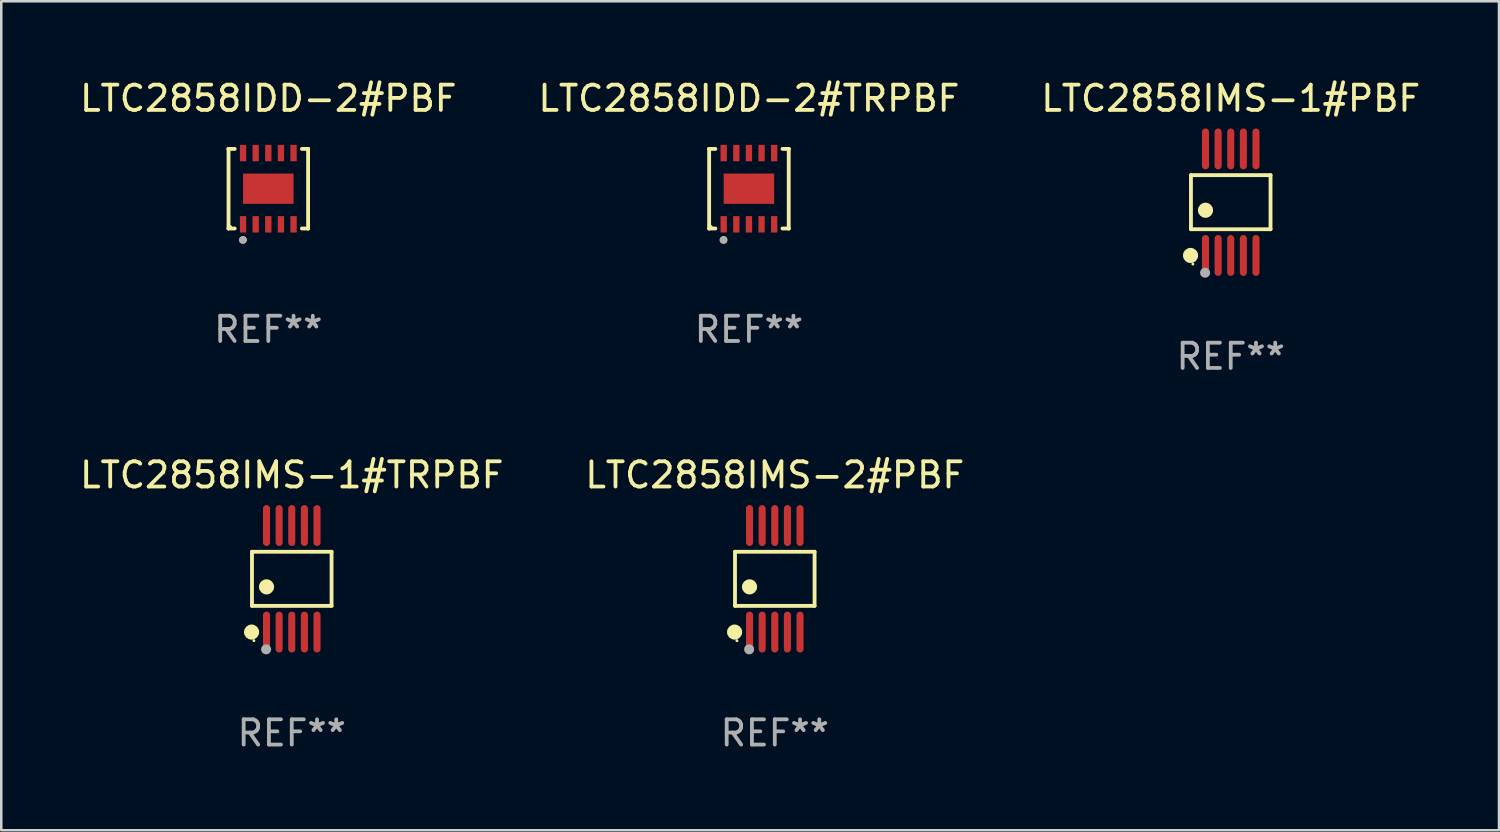
<source format=kicad_pcb>
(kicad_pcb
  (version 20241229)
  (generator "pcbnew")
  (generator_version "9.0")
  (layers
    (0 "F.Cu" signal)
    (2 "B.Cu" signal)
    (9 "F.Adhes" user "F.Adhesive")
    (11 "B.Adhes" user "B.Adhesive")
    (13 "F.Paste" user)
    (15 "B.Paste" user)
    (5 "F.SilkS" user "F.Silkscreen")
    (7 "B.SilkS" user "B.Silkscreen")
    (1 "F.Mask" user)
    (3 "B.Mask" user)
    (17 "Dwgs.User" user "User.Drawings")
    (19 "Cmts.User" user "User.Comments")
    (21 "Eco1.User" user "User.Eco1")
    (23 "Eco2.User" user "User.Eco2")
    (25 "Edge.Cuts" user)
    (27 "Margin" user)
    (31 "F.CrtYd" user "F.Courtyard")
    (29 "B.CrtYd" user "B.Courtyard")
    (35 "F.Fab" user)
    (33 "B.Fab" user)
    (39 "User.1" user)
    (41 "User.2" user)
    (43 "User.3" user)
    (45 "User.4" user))
  (footprint "LTC2858IMS-1#TRPBF"
    (layer "F.Cu")
    (at 8.506 19.875)
    (property "Reference" "LTC2858IMS-1#TRPBF" (at 0 -4.11 0) (layer "F.SilkS") (effects (font (size 1 1) (thickness 0.15))))
    (attr through_hole)
    (fp_line (start -1.576 -1.071) (end 1.576 -1.071) (stroke (width 0.152) (type solid)) (layer "F.SilkS"))
    (fp_line (start -1.576 1.071) (end -1.576 -1.071) (stroke (width 0.152) (type solid)) (layer "F.SilkS"))
    (fp_line (start 1.576 -1.071) (end 1.576 1.071) (stroke (width 0.152) (type solid)) (layer "F.SilkS"))
    (fp_line (start 1.576 1.071) (end -1.576 1.071) (stroke (width 0.152) (type solid)) (layer "F.SilkS"))
    (fp_circle (center -1.592 2.11) (end -1.442 2.11) (stroke (width 0.3) (type solid)) (fill no) (layer "F.SilkS"))
    (fp_circle (center -1.5 2.45) (end -1.47 2.45) (stroke (width 0.06) (type solid)) (fill no) (layer "F.SilkS"))
    (fp_circle (center -1 0.319) (end -0.85 0.319) (stroke (width 0.3) (type solid)) (fill no) (layer "F.SilkS"))
    (fp_circle (center -1.016 2.794) (end -0.916 2.794) (stroke (width 0.2) (type solid)) (fill no) (layer "F.Fab"))
    (fp_text user "REF**" (at 0 6.11 0) (layer "F.Fab") (effects (font (size 1 1) (thickness 0.15))))
    (pad "1" smd oval (at -1 2.11) (size 0.28 1.62) (layers "F.Cu" "F.Mask" "F.Paste"))
    (pad "2" smd oval (at -0.5 2.11) (size 0.28 1.62) (layers "F.Cu" "F.Mask" "F.Paste"))
    (pad "3" smd oval (at 0 2.11) (size 0.28 1.62) (layers "F.Cu" "F.Mask" "F.Paste"))
    (pad "4" smd oval (at 0.5 2.11) (size 0.28 1.62) (layers "F.Cu" "F.Mask" "F.Paste"))
    (pad "5" smd oval (at 1 2.11) (size 0.28 1.62) (layers "F.Cu" "F.Mask" "F.Paste"))
    (pad "6" smd oval (at 1 -2.11) (size 0.28 1.62) (layers "F.Cu" "F.Mask" "F.Paste"))
    (pad "7" smd oval (at 0.5 -2.11) (size 0.28 1.62) (layers "F.Cu" "F.Mask" "F.Paste"))
    (pad "8" smd oval (at 0 -2.11) (size 0.28 1.62) (layers "F.Cu" "F.Mask" "F.Paste"))
    (pad "9" smd oval (at -0.5 -2.11) (size 0.28 1.62) (layers "F.Cu" "F.Mask" "F.Paste"))
    (pad "10" smd oval (at -1 -2.11) (size 0.28 1.62) (layers "F.Cu" "F.Mask" "F.Paste")))
  (footprint "LTC2858IDD-2#PBF"
    (layer "F.Cu")
    (at 7.577 4.424)
    (property "Reference" "LTC2858IDD-2#PBF" (at 0 -3.576 0) (layer "F.SilkS") (effects (font (size 1 1) (thickness 0.15))))
    (attr through_hole)
    (fp_line (start -1.576 -1.576) (end -1.576 -1.576) (stroke (width 0.152) (type solid)) (layer "F.SilkS"))
    (fp_line (start -1.576 -1.576) (end -1.331 -1.576) (stroke (width 0.152) (type solid)) (layer "F.SilkS"))
    (fp_line (start -1.576 1.576) (end -1.576 -1.576) (stroke (width 0.152) (type solid)) (layer "F.SilkS"))
    (fp_line (start -1.576 1.576) (end -1.576 1.576) (stroke (width 0.152) (type solid)) (layer "F.SilkS"))
    (fp_line (start -1.331 1.576) (end -1.576 1.576) (stroke (width 0.152) (type solid)) (layer "F.SilkS"))
    (fp_line (start 1.331 1.576) (end 1.576 1.576) (stroke (width 0.152) (type solid)) (layer "F.SilkS"))
    (fp_line (start 1.576 -1.576) (end 1.331 -1.576) (stroke (width 0.152) (type solid)) (layer "F.SilkS"))
    (fp_line (start 1.576 -1.576) (end 1.576 -1.576) (stroke (width 0.152) (type solid)) (layer "F.SilkS"))
    (fp_line (start 1.576 1.576) (end 1.576 -1.576) (stroke (width 0.152) (type solid)) (layer "F.SilkS"))
    (fp_line (start 1.576 1.576) (end 1.576 1.576) (stroke (width 0.152) (type solid)) (layer "F.SilkS"))
    (fp_circle (center -1.5 1.5) (end -1.47 1.5) (stroke (width 0.06) (type solid)) (fill no) (layer "F.SilkS"))
    (fp_circle (center -1 2.028) (end -0.925 2.028) (stroke (width 0.15) (type solid)) (fill no) (layer "F.SilkS"))
    (fp_circle (center -1.016 2.032) (end -0.941 2.032) (stroke (width 0.15) (type solid)) (fill no) (layer "F.Fab"))
    (fp_text user "REF**" (at 0 5.576 0) (layer "F.Fab") (effects (font (size 1 1) (thickness 0.15))))
    (pad "1" smd rect (at -1 1.411) (size 0.25 0.65) (layers "F.Cu" "F.Mask" "F.Paste"))
    (pad "2" smd rect (at -0.5 1.411) (size 0.25 0.65) (layers "F.Cu" "F.Mask" "F.Paste"))
    (pad "3" smd rect (at 0 1.411) (size 0.25 0.65) (layers "F.Cu" "F.Mask" "F.Paste"))
    (pad "4" smd rect (at 0.5 1.411) (size 0.25 0.65) (layers "F.Cu" "F.Mask" "F.Paste"))
    (pad "5" smd rect (at 1 1.411) (size 0.25 0.65) (layers "F.Cu" "F.Mask" "F.Paste"))
    (pad "6" smd rect (at 1 -1.411) (size 0.25 0.65) (layers "F.Cu" "F.Mask" "F.Paste"))
    (pad "7" smd rect (at 0.5 -1.411) (size 0.25 0.65) (layers "F.Cu" "F.Mask" "F.Paste"))
    (pad "8" smd rect (at 0 -1.411) (size 0.25 0.65) (layers "F.Cu" "F.Mask" "F.Paste"))
    (pad "9" smd rect (at -0.5 -1.411) (size 0.25 0.65) (layers "F.Cu" "F.Mask" "F.Paste"))
    (pad "10" smd rect (at -1 -1.411) (size 0.25 0.65) (layers "F.Cu" "F.Mask" "F.Paste"))
    (pad "11" smd rect (at 0 0) (size 2 1.2) (layers "F.Cu" "F.Mask" "F.Paste")))
  (footprint "LTC2858IMS-1#PBF"
    (layer "F.Cu")
    (at 45.696 4.958)
    (property "Reference" "LTC2858IMS-1#PBF" (at 0 -4.11 0) (layer "F.SilkS") (effects (font (size 1 1) (thickness 0.15))))
    (attr through_hole)
    (fp_line (start -1.576 -1.071) (end 1.576 -1.071) (stroke (width 0.152) (type solid)) (layer "F.SilkS"))
    (fp_line (start -1.576 1.071) (end -1.576 -1.071) (stroke (width 0.152) (type solid)) (layer "F.SilkS"))
    (fp_line (start 1.576 -1.071) (end 1.576 1.071) (stroke (width 0.152) (type solid)) (layer "F.SilkS"))
    (fp_line (start 1.576 1.071) (end -1.576 1.071) (stroke (width 0.152) (type solid)) (layer "F.SilkS"))
    (fp_circle (center -1.592 2.11) (end -1.442 2.11) (stroke (width 0.3) (type solid)) (fill no) (layer "F.SilkS"))
    (fp_circle (center -1.5 2.45) (end -1.47 2.45) (stroke (width 0.06) (type solid)) (fill no) (layer "F.SilkS"))
    (fp_circle (center -1 0.319) (end -0.85 0.319) (stroke (width 0.3) (type solid)) (fill no) (layer "F.SilkS"))
    (fp_circle (center -1.016 2.794) (end -0.916 2.794) (stroke (width 0.2) (type solid)) (fill no) (layer "F.Fab"))
    (fp_text user "REF**" (at 0 6.11 0) (layer "F.Fab") (effects (font (size 1 1) (thickness 0.15))))
    (pad "1" smd oval (at -1 2.11) (size 0.28 1.62) (layers "F.Cu" "F.Mask" "F.Paste"))
    (pad "2" smd oval (at -0.5 2.11) (size 0.28 1.62) (layers "F.Cu" "F.Mask" "F.Paste"))
    (pad "3" smd oval (at 0 2.11) (size 0.28 1.62) (layers "F.Cu" "F.Mask" "F.Paste"))
    (pad "4" smd oval (at 0.5 2.11) (size 0.28 1.62) (layers "F.Cu" "F.Mask" "F.Paste"))
    (pad "5" smd oval (at 1 2.11) (size 0.28 1.62) (layers "F.Cu" "F.Mask" "F.Paste"))
    (pad "6" smd oval (at 1 -2.11) (size 0.28 1.62) (layers "F.Cu" "F.Mask" "F.Paste"))
    (pad "7" smd oval (at 0.5 -2.11) (size 0.28 1.62) (layers "F.Cu" "F.Mask" "F.Paste"))
    (pad "8" smd oval (at 0 -2.11) (size 0.28 1.62) (layers "F.Cu" "F.Mask" "F.Paste"))
    (pad "9" smd oval (at -0.5 -2.11) (size 0.28 1.62) (layers "F.Cu" "F.Mask" "F.Paste"))
    (pad "10" smd oval (at -1 -2.11) (size 0.28 1.62) (layers "F.Cu" "F.Mask" "F.Paste")))
  (footprint "LTC2858IDD-2#TRPBF"
    (layer "F.Cu")
    (at 26.613 4.424)
    (property "Reference" "LTC2858IDD-2#TRPBF" (at 0 -3.576 0) (layer "F.SilkS") (effects (font (size 1 1) (thickness 0.15))))
    (attr through_hole)
    (fp_line (start -1.576 -1.576) (end -1.576 -1.576) (stroke (width 0.152) (type solid)) (layer "F.SilkS"))
    (fp_line (start -1.576 -1.576) (end -1.331 -1.576) (stroke (width 0.152) (type solid)) (layer "F.SilkS"))
    (fp_line (start -1.576 1.576) (end -1.576 -1.576) (stroke (width 0.152) (type solid)) (layer "F.SilkS"))
    (fp_line (start -1.576 1.576) (end -1.576 1.576) (stroke (width 0.152) (type solid)) (layer "F.SilkS"))
    (fp_line (start -1.331 1.576) (end -1.576 1.576) (stroke (width 0.152) (type solid)) (layer "F.SilkS"))
    (fp_line (start 1.331 1.576) (end 1.576 1.576) (stroke (width 0.152) (type solid)) (layer "F.SilkS"))
    (fp_line (start 1.576 -1.576) (end 1.331 -1.576) (stroke (width 0.152) (type solid)) (layer "F.SilkS"))
    (fp_line (start 1.576 -1.576) (end 1.576 -1.576) (stroke (width 0.152) (type solid)) (layer "F.SilkS"))
    (fp_line (start 1.576 1.576) (end 1.576 -1.576) (stroke (width 0.152) (type solid)) (layer "F.SilkS"))
    (fp_line (start 1.576 1.576) (end 1.576 1.576) (stroke (width 0.152) (type solid)) (layer "F.SilkS"))
    (fp_circle (center -1.5 1.5) (end -1.47 1.5) (stroke (width 0.06) (type solid)) (fill no) (layer "F.SilkS"))
    (fp_circle (center -1 2.028) (end -0.925 2.028) (stroke (width 0.15) (type solid)) (fill no) (layer "F.SilkS"))
    (fp_circle (center -1.016 2.032) (end -0.941 2.032) (stroke (width 0.15) (type solid)) (fill no) (layer "F.Fab"))
    (fp_text user "REF**" (at 0 5.576 0) (layer "F.Fab") (effects (font (size 1 1) (thickness 0.15))))
    (pad "1" smd rect (at -1 1.411) (size 0.25 0.65) (layers "F.Cu" "F.Mask" "F.Paste"))
    (pad "2" smd rect (at -0.5 1.411) (size 0.25 0.65) (layers "F.Cu" "F.Mask" "F.Paste"))
    (pad "3" smd rect (at 0 1.411) (size 0.25 0.65) (layers "F.Cu" "F.Mask" "F.Paste"))
    (pad "4" smd rect (at 0.5 1.411) (size 0.25 0.65) (layers "F.Cu" "F.Mask" "F.Paste"))
    (pad "5" smd rect (at 1 1.411) (size 0.25 0.65) (layers "F.Cu" "F.Mask" "F.Paste"))
    (pad "6" smd rect (at 1 -1.411) (size 0.25 0.65) (layers "F.Cu" "F.Mask" "F.Paste"))
    (pad "7" smd rect (at 0.5 -1.411) (size 0.25 0.65) (layers "F.Cu" "F.Mask" "F.Paste"))
    (pad "8" smd rect (at 0 -1.411) (size 0.25 0.65) (layers "F.Cu" "F.Mask" "F.Paste"))
    (pad "9" smd rect (at -0.5 -1.411) (size 0.25 0.65) (layers "F.Cu" "F.Mask" "F.Paste"))
    (pad "10" smd rect (at -1 -1.411) (size 0.25 0.65) (layers "F.Cu" "F.Mask" "F.Paste"))
    (pad "11" smd rect (at 0 0) (size 2 1.2) (layers "F.Cu" "F.Mask" "F.Paste")))
  (footprint "LTC2858IMS-2#PBF"
    (layer "F.Cu")
    (at 27.637 19.875)
    (property "Reference" "LTC2858IMS-2#PBF" (at 0 -4.11 0) (layer "F.SilkS") (effects (font (size 1 1) (thickness 0.15))))
    (attr through_hole)
    (fp_line (start -1.576 -1.071) (end 1.576 -1.071) (stroke (width 0.152) (type solid)) (layer "F.SilkS"))
    (fp_line (start -1.576 1.071) (end -1.576 -1.071) (stroke (width 0.152) (type solid)) (layer "F.SilkS"))
    (fp_line (start 1.576 -1.071) (end 1.576 1.071) (stroke (width 0.152) (type solid)) (layer "F.SilkS"))
    (fp_line (start 1.576 1.071) (end -1.576 1.071) (stroke (width 0.152) (type solid)) (layer "F.SilkS"))
    (fp_circle (center -1.592 2.11) (end -1.442 2.11) (stroke (width 0.3) (type solid)) (fill no) (layer "F.SilkS"))
    (fp_circle (center -1.5 2.45) (end -1.47 2.45) (stroke (width 0.06) (type solid)) (fill no) (layer "F.SilkS"))
    (fp_circle (center -1 0.319) (end -0.85 0.319) (stroke (width 0.3) (type solid)) (fill no) (layer "F.SilkS"))
    (fp_circle (center -1.016 2.794) (end -0.916 2.794) (stroke (width 0.2) (type solid)) (fill no) (layer "F.Fab"))
    (fp_text user "REF**" (at 0 6.11 0) (layer "F.Fab") (effects (font (size 1 1) (thickness 0.15))))
    (pad "1" smd oval (at -1 2.11) (size 0.28 1.62) (layers "F.Cu" "F.Mask" "F.Paste"))
    (pad "2" smd oval (at -0.5 2.11) (size 0.28 1.62) (layers "F.Cu" "F.Mask" "F.Paste"))
    (pad "3" smd oval (at 0 2.11) (size 0.28 1.62) (layers "F.Cu" "F.Mask" "F.Paste"))
    (pad "4" smd oval (at 0.5 2.11) (size 0.28 1.62) (layers "F.Cu" "F.Mask" "F.Paste"))
    (pad "5" smd oval (at 1 2.11) (size 0.28 1.62) (layers "F.Cu" "F.Mask" "F.Paste"))
    (pad "6" smd oval (at 1 -2.11) (size 0.28 1.62) (layers "F.Cu" "F.Mask" "F.Paste"))
    (pad "7" smd oval (at 0.5 -2.11) (size 0.28 1.62) (layers "F.Cu" "F.Mask" "F.Paste"))
    (pad "8" smd oval (at 0 -2.11) (size 0.28 1.62) (layers "F.Cu" "F.Mask" "F.Paste"))
    (pad "9" smd oval (at -0.5 -2.11) (size 0.28 1.62) (layers "F.Cu" "F.Mask" "F.Paste"))
    (pad "10" smd oval (at -1 -2.11) (size 0.28 1.62) (layers "F.Cu" "F.Mask" "F.Paste")))
  (gr_rect
    (start -3 -3)
    (end 56.321 29.833)
    (stroke (width 0.1) (type default))
    (fill no)
    (layer "Edge.Cuts")))
</source>
